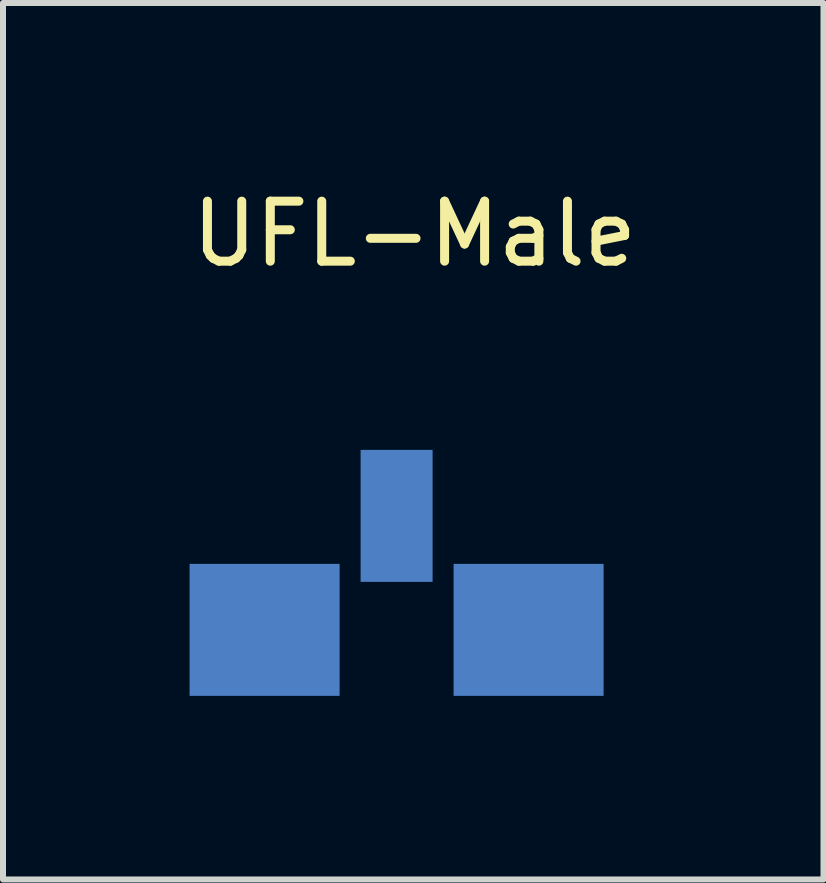
<source format=kicad_pcb>
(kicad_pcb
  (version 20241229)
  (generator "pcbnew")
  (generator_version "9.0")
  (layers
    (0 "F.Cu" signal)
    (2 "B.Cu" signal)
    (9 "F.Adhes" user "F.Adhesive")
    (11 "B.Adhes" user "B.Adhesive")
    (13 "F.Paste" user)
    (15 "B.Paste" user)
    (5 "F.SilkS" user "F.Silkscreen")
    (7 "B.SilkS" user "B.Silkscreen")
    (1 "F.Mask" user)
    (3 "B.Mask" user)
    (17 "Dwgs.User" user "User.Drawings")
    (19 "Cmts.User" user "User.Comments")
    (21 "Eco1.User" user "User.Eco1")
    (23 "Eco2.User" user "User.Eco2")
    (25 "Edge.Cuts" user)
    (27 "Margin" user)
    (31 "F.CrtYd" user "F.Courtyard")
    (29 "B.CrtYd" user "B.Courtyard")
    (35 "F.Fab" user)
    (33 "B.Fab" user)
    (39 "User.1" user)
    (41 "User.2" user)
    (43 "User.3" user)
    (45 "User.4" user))
  (footprint "UFL-Male"
    (layer "F.Cu")
    (at 3.56 6.548)
    (property "Reference" "UFL-Male" (at 0.3 -5.7 0) (layer "F.SilkS") (effects (font (size 1 1) (thickness 0.15))))
    (attr through_hole)
    (fp_line (start -3.5 -0.2) (end -3.5 2) (stroke (width 0.12) (type solid)) (layer "F.Mask"))
    (fp_line (start -3.5 2) (end -2.1 2) (stroke (width 0.12) (type solid)) (layer "F.Mask"))
    (fp_line (start -2.1 -0.2) (end -3.5 -0.2) (stroke (width 0.12) (type solid)) (layer "F.Mask"))
    (fp_line (start -2.1 -0.2) (end -0.9 -0.2) (stroke (width 0.12) (type solid)) (layer "F.Mask"))
    (fp_line (start -0.9 -0.2) (end -0.9 2) (stroke (width 0.12) (type solid)) (layer "F.Mask"))
    (fp_line (start -0.9 2) (end -2.1 2) (stroke (width 0.12) (type solid)) (layer "F.Mask"))
    (fp_line (start -0.6 -2.1) (end 0.6 -2.1) (stroke (width 0.12) (type solid)) (layer "F.Mask"))
    (fp_line (start -0.6 0.1) (end -0.6 -2.1) (stroke (width 0.12) (type solid)) (layer "F.Mask"))
    (fp_line (start -0.6 0.1) (end 0.6 0.1) (stroke (width 0.12) (type solid)) (layer "F.Mask"))
    (fp_line (start 0.6 -2.1) (end 0.6 0.1) (stroke (width 0.12) (type solid)) (layer "F.Mask"))
    (fp_line (start 0.9 -0.2) (end 0.9 2) (stroke (width 0.12) (type solid)) (layer "F.Mask"))
    (fp_line (start 0.9 2) (end 3.5 2) (stroke (width 0.12) (type solid)) (layer "F.Mask"))
    (fp_line (start 3.5 -0.2) (end 0.9 -0.2) (stroke (width 0.12) (type solid)) (layer "F.Mask"))
    (fp_line (start 3.5 2) (end 3.5 -0.2) (stroke (width 0.12) (type solid)) (layer "F.Mask"))
    (pad "1" smd rect (at 0 -1) (size 1.2 2.2) (layers "B.Cu" "B.Mask" "B.Paste"))
    (pad "2" smd rect (at 2.2 0.9) (size 2.5 2.2) (layers "B.Cu" "B.Mask" "B.Paste"))
    (pad "3" smd rect (at -2.2 0.9) (size 2.5 2.2) (layers "B.Cu" "B.Mask" "B.Paste")))
  (gr_rect
    (start -3 -3)
    (end 10.675 11.608)
    (stroke (width 0.1) (type default))
    (fill no)
    (layer "Edge.Cuts")))
</source>
